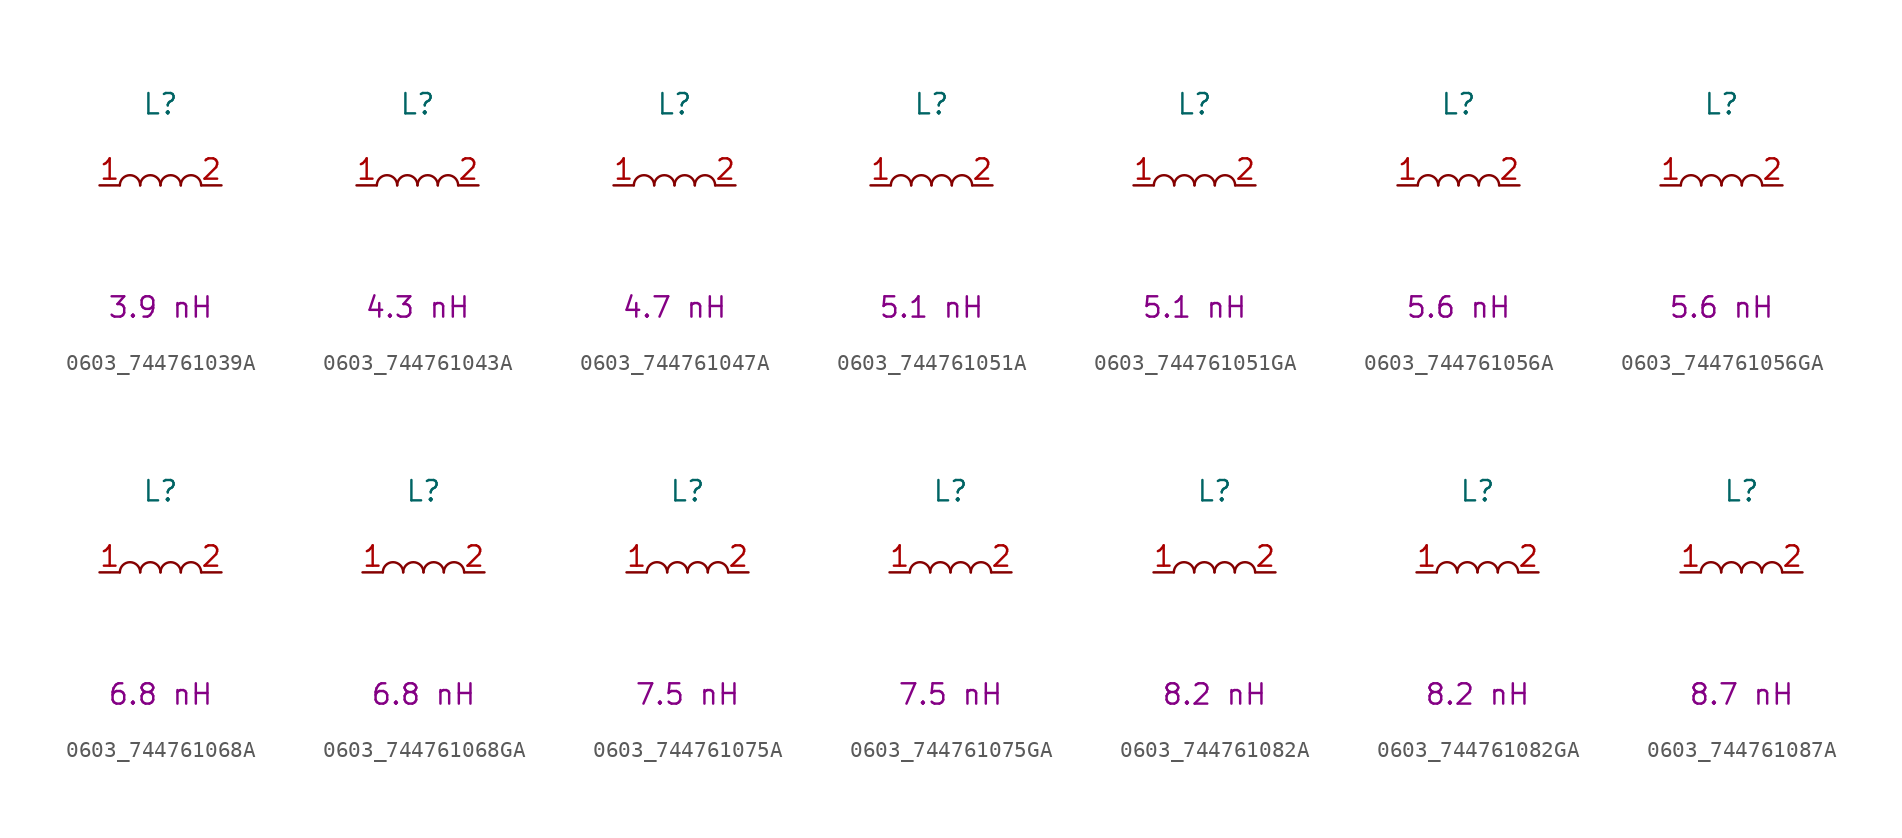
<source format=kicad_sym>
(kicad_symbol_lib
  (version 20220914)
  (generator kicad_symbol_editor)
  (symbol "0603_744761039A"
    (pin_names hide)
    (property "Reference" "L"
      (at 0 5.08 0)
      (effects (font (size 1.27 1.27))))
    (property "Critical Parameter" "3.9 nH"
      (at 0 -7.62 0)
      (effects (font (size 1.27 1.27))))
    (symbol "0603_744761039A_0_1"
      (arc (start -1.27 0) (mid -1.905 0.6323) (end -2.54 0) (stroke (width 0) (type default)) (fill (type none)))
      (arc (start 0 0) (mid -0.635 0.6323) (end -1.27 0) (stroke (width 0) (type default)) (fill (type none)))
      (arc (start 1.27 0) (mid 0.635 0.6323) (end 0 0) (stroke (width 0) (type default)) (fill (type none)))
      (arc (start 2.54 0) (mid 1.905 0.6323) (end 1.27 0) (stroke (width 0) (type default)) (fill (type none))))
    (symbol "0603_744761039A_1_1"
      (pin passive line (at -3.81 0 0) (length 1.27) (name "1" (effects (font (size 1.27 1.27)))) (number "1" (effects (font (size 1.27 1.27)))))
      (pin passive line (at 3.81 0 180) (length 1.27) (name "2" (effects (font (size 1.27 1.27)))) (number "2" (effects (font (size 1.27 1.27)))))))
  (symbol "0603_744761043A"
    (pin_names hide)
    (property "Reference" "L"
      (at 0 5.08 0)
      (effects (font (size 1.27 1.27))))
    (property "Critical Parameter" "4.3 nH"
      (at 0 -7.62 0)
      (effects (font (size 1.27 1.27))))
    (symbol "0603_744761043A_0_1"
      (arc (start -1.27 0) (mid -1.905 0.6323) (end -2.54 0) (stroke (width 0) (type default)) (fill (type none)))
      (arc (start 0 0) (mid -0.635 0.6323) (end -1.27 0) (stroke (width 0) (type default)) (fill (type none)))
      (arc (start 1.27 0) (mid 0.635 0.6323) (end 0 0) (stroke (width 0) (type default)) (fill (type none)))
      (arc (start 2.54 0) (mid 1.905 0.6323) (end 1.27 0) (stroke (width 0) (type default)) (fill (type none))))
    (symbol "0603_744761043A_1_1"
      (pin passive line (at -3.81 0 0) (length 1.27) (name "1" (effects (font (size 1.27 1.27)))) (number "1" (effects (font (size 1.27 1.27)))))
      (pin passive line (at 3.81 0 180) (length 1.27) (name "2" (effects (font (size 1.27 1.27)))) (number "2" (effects (font (size 1.27 1.27)))))))
  (symbol "0603_744761047A"
    (pin_names hide)
    (property "Reference" "L"
      (at 0 5.08 0)
      (effects (font (size 1.27 1.27))))
    (property "Critical Parameter" "4.7 nH"
      (at 0 -7.62 0)
      (effects (font (size 1.27 1.27))))
    (symbol "0603_744761047A_0_1"
      (arc (start -1.27 0) (mid -1.905 0.6323) (end -2.54 0) (stroke (width 0) (type default)) (fill (type none)))
      (arc (start 0 0) (mid -0.635 0.6323) (end -1.27 0) (stroke (width 0) (type default)) (fill (type none)))
      (arc (start 1.27 0) (mid 0.635 0.6323) (end 0 0) (stroke (width 0) (type default)) (fill (type none)))
      (arc (start 2.54 0) (mid 1.905 0.6323) (end 1.27 0) (stroke (width 0) (type default)) (fill (type none))))
    (symbol "0603_744761047A_1_1"
      (pin passive line (at -3.81 0 0) (length 1.27) (name "1" (effects (font (size 1.27 1.27)))) (number "1" (effects (font (size 1.27 1.27)))))
      (pin passive line (at 3.81 0 180) (length 1.27) (name "2" (effects (font (size 1.27 1.27)))) (number "2" (effects (font (size 1.27 1.27)))))))
  (symbol "0603_744761051A"
    (pin_names hide)
    (property "Reference" "L"
      (at 0 5.08 0)
      (effects (font (size 1.27 1.27))))
    (property "Critical Parameter" "5.1 nH"
      (at 0 -7.62 0)
      (effects (font (size 1.27 1.27))))
    (symbol "0603_744761051A_0_1"
      (arc (start -1.27 0) (mid -1.905 0.6323) (end -2.54 0) (stroke (width 0) (type default)) (fill (type none)))
      (arc (start 0 0) (mid -0.635 0.6323) (end -1.27 0) (stroke (width 0) (type default)) (fill (type none)))
      (arc (start 1.27 0) (mid 0.635 0.6323) (end 0 0) (stroke (width 0) (type default)) (fill (type none)))
      (arc (start 2.54 0) (mid 1.905 0.6323) (end 1.27 0) (stroke (width 0) (type default)) (fill (type none))))
    (symbol "0603_744761051A_1_1"
      (pin passive line (at -3.81 0 0) (length 1.27) (name "1" (effects (font (size 1.27 1.27)))) (number "1" (effects (font (size 1.27 1.27)))))
      (pin passive line (at 3.81 0 180) (length 1.27) (name "2" (effects (font (size 1.27 1.27)))) (number "2" (effects (font (size 1.27 1.27)))))))
  (symbol "0603_744761051GA"
    (pin_names hide)
    (property "Reference" "L"
      (at 0 5.08 0)
      (effects (font (size 1.27 1.27))))
    (property "Critical Parameter" "5.1 nH"
      (at 0 -7.62 0)
      (effects (font (size 1.27 1.27))))
    (symbol "0603_744761051GA_0_1"
      (arc (start -1.27 0) (mid -1.905 0.6323) (end -2.54 0) (stroke (width 0) (type default)) (fill (type none)))
      (arc (start 0 0) (mid -0.635 0.6323) (end -1.27 0) (stroke (width 0) (type default)) (fill (type none)))
      (arc (start 1.27 0) (mid 0.635 0.6323) (end 0 0) (stroke (width 0) (type default)) (fill (type none)))
      (arc (start 2.54 0) (mid 1.905 0.6323) (end 1.27 0) (stroke (width 0) (type default)) (fill (type none))))
    (symbol "0603_744761051GA_1_1"
      (pin passive line (at -3.81 0 0) (length 1.27) (name "1" (effects (font (size 1.27 1.27)))) (number "1" (effects (font (size 1.27 1.27)))))
      (pin passive line (at 3.81 0 180) (length 1.27) (name "2" (effects (font (size 1.27 1.27)))) (number "2" (effects (font (size 1.27 1.27)))))))
  (symbol "0603_744761056A"
    (pin_names hide)
    (property "Reference" "L"
      (at 0 5.08 0)
      (effects (font (size 1.27 1.27))))
    (property "Critical Parameter" "5.6 nH"
      (at 0 -7.62 0)
      (effects (font (size 1.27 1.27))))
    (symbol "0603_744761056A_0_1"
      (arc (start -1.27 0) (mid -1.905 0.6323) (end -2.54 0) (stroke (width 0) (type default)) (fill (type none)))
      (arc (start 0 0) (mid -0.635 0.6323) (end -1.27 0) (stroke (width 0) (type default)) (fill (type none)))
      (arc (start 1.27 0) (mid 0.635 0.6323) (end 0 0) (stroke (width 0) (type default)) (fill (type none)))
      (arc (start 2.54 0) (mid 1.905 0.6323) (end 1.27 0) (stroke (width 0) (type default)) (fill (type none))))
    (symbol "0603_744761056A_1_1"
      (pin passive line (at -3.81 0 0) (length 1.27) (name "1" (effects (font (size 1.27 1.27)))) (number "1" (effects (font (size 1.27 1.27)))))
      (pin passive line (at 3.81 0 180) (length 1.27) (name "2" (effects (font (size 1.27 1.27)))) (number "2" (effects (font (size 1.27 1.27)))))))
  (symbol "0603_744761056GA"
    (pin_names hide)
    (property "Reference" "L"
      (at 0 5.08 0)
      (effects (font (size 1.27 1.27))))
    (property "Critical Parameter" "5.6 nH"
      (at 0 -7.62 0)
      (effects (font (size 1.27 1.27))))
    (symbol "0603_744761056GA_0_1"
      (arc (start -1.27 0) (mid -1.905 0.6323) (end -2.54 0) (stroke (width 0) (type default)) (fill (type none)))
      (arc (start 0 0) (mid -0.635 0.6323) (end -1.27 0) (stroke (width 0) (type default)) (fill (type none)))
      (arc (start 1.27 0) (mid 0.635 0.6323) (end 0 0) (stroke (width 0) (type default)) (fill (type none)))
      (arc (start 2.54 0) (mid 1.905 0.6323) (end 1.27 0) (stroke (width 0) (type default)) (fill (type none))))
    (symbol "0603_744761056GA_1_1"
      (pin passive line (at -3.81 0 0) (length 1.27) (name "1" (effects (font (size 1.27 1.27)))) (number "1" (effects (font (size 1.27 1.27)))))
      (pin passive line (at 3.81 0 180) (length 1.27) (name "2" (effects (font (size 1.27 1.27)))) (number "2" (effects (font (size 1.27 1.27)))))))
  (symbol "0603_744761068A"
    (pin_names hide)
    (property "Reference" "L"
      (at 0 5.08 0)
      (effects (font (size 1.27 1.27))))
    (property "Critical Parameter" "6.8 nH"
      (at 0 -7.62 0)
      (effects (font (size 1.27 1.27))))
    (symbol "0603_744761068A_0_1"
      (arc (start -1.27 0) (mid -1.905 0.6323) (end -2.54 0) (stroke (width 0) (type default)) (fill (type none)))
      (arc (start 0 0) (mid -0.635 0.6323) (end -1.27 0) (stroke (width 0) (type default)) (fill (type none)))
      (arc (start 1.27 0) (mid 0.635 0.6323) (end 0 0) (stroke (width 0) (type default)) (fill (type none)))
      (arc (start 2.54 0) (mid 1.905 0.6323) (end 1.27 0) (stroke (width 0) (type default)) (fill (type none))))
    (symbol "0603_744761068A_1_1"
      (pin passive line (at -3.81 0 0) (length 1.27) (name "1" (effects (font (size 1.27 1.27)))) (number "1" (effects (font (size 1.27 1.27)))))
      (pin passive line (at 3.81 0 180) (length 1.27) (name "2" (effects (font (size 1.27 1.27)))) (number "2" (effects (font (size 1.27 1.27)))))))
  (symbol "0603_744761068GA"
    (pin_names hide)
    (property "Reference" "L"
      (at 0 5.08 0)
      (effects (font (size 1.27 1.27))))
    (property "Critical Parameter" "6.8 nH"
      (at 0 -7.62 0)
      (effects (font (size 1.27 1.27))))
    (symbol "0603_744761068GA_0_1"
      (arc (start -1.27 0) (mid -1.905 0.6323) (end -2.54 0) (stroke (width 0) (type default)) (fill (type none)))
      (arc (start 0 0) (mid -0.635 0.6323) (end -1.27 0) (stroke (width 0) (type default)) (fill (type none)))
      (arc (start 1.27 0) (mid 0.635 0.6323) (end 0 0) (stroke (width 0) (type default)) (fill (type none)))
      (arc (start 2.54 0) (mid 1.905 0.6323) (end 1.27 0) (stroke (width 0) (type default)) (fill (type none))))
    (symbol "0603_744761068GA_1_1"
      (pin passive line (at -3.81 0 0) (length 1.27) (name "1" (effects (font (size 1.27 1.27)))) (number "1" (effects (font (size 1.27 1.27)))))
      (pin passive line (at 3.81 0 180) (length 1.27) (name "2" (effects (font (size 1.27 1.27)))) (number "2" (effects (font (size 1.27 1.27)))))))
  (symbol "0603_744761075A"
    (pin_names hide)
    (property "Reference" "L"
      (at 0 5.08 0)
      (effects (font (size 1.27 1.27))))
    (property "Critical Parameter" "7.5 nH"
      (at 0 -7.62 0)
      (effects (font (size 1.27 1.27))))
    (symbol "0603_744761075A_0_1"
      (arc (start -1.27 0) (mid -1.905 0.6323) (end -2.54 0) (stroke (width 0) (type default)) (fill (type none)))
      (arc (start 0 0) (mid -0.635 0.6323) (end -1.27 0) (stroke (width 0) (type default)) (fill (type none)))
      (arc (start 1.27 0) (mid 0.635 0.6323) (end 0 0) (stroke (width 0) (type default)) (fill (type none)))
      (arc (start 2.54 0) (mid 1.905 0.6323) (end 1.27 0) (stroke (width 0) (type default)) (fill (type none))))
    (symbol "0603_744761075A_1_1"
      (pin passive line (at -3.81 0 0) (length 1.27) (name "1" (effects (font (size 1.27 1.27)))) (number "1" (effects (font (size 1.27 1.27)))))
      (pin passive line (at 3.81 0 180) (length 1.27) (name "2" (effects (font (size 1.27 1.27)))) (number "2" (effects (font (size 1.27 1.27)))))))
  (symbol "0603_744761075GA"
    (pin_names hide)
    (property "Reference" "L"
      (at 0 5.08 0)
      (effects (font (size 1.27 1.27))))
    (property "Critical Parameter" "7.5 nH"
      (at 0 -7.62 0)
      (effects (font (size 1.27 1.27))))
    (symbol "0603_744761075GA_0_1"
      (arc (start -1.27 0) (mid -1.905 0.6323) (end -2.54 0) (stroke (width 0) (type default)) (fill (type none)))
      (arc (start 0 0) (mid -0.635 0.6323) (end -1.27 0) (stroke (width 0) (type default)) (fill (type none)))
      (arc (start 1.27 0) (mid 0.635 0.6323) (end 0 0) (stroke (width 0) (type default)) (fill (type none)))
      (arc (start 2.54 0) (mid 1.905 0.6323) (end 1.27 0) (stroke (width 0) (type default)) (fill (type none))))
    (symbol "0603_744761075GA_1_1"
      (pin passive line (at -3.81 0 0) (length 1.27) (name "1" (effects (font (size 1.27 1.27)))) (number "1" (effects (font (size 1.27 1.27)))))
      (pin passive line (at 3.81 0 180) (length 1.27) (name "2" (effects (font (size 1.27 1.27)))) (number "2" (effects (font (size 1.27 1.27)))))))
  (symbol "0603_744761082A"
    (pin_names hide)
    (property "Reference" "L"
      (at 0 5.08 0)
      (effects (font (size 1.27 1.27))))
    (property "Critical Parameter" "8.2 nH"
      (at 0 -7.62 0)
      (effects (font (size 1.27 1.27))))
    (symbol "0603_744761082A_0_1"
      (arc (start -1.27 0) (mid -1.905 0.6323) (end -2.54 0) (stroke (width 0) (type default)) (fill (type none)))
      (arc (start 0 0) (mid -0.635 0.6323) (end -1.27 0) (stroke (width 0) (type default)) (fill (type none)))
      (arc (start 1.27 0) (mid 0.635 0.6323) (end 0 0) (stroke (width 0) (type default)) (fill (type none)))
      (arc (start 2.54 0) (mid 1.905 0.6323) (end 1.27 0) (stroke (width 0) (type default)) (fill (type none))))
    (symbol "0603_744761082A_1_1"
      (pin passive line (at -3.81 0 0) (length 1.27) (name "1" (effects (font (size 1.27 1.27)))) (number "1" (effects (font (size 1.27 1.27)))))
      (pin passive line (at 3.81 0 180) (length 1.27) (name "2" (effects (font (size 1.27 1.27)))) (number "2" (effects (font (size 1.27 1.27)))))))
  (symbol "0603_744761082GA"
    (pin_names hide)
    (property "Reference" "L"
      (at 0 5.08 0)
      (effects (font (size 1.27 1.27))))
    (property "Critical Parameter" "8.2 nH"
      (at 0 -7.62 0)
      (effects (font (size 1.27 1.27))))
    (symbol "0603_744761082GA_0_1"
      (arc (start -1.27 0) (mid -1.905 0.6323) (end -2.54 0) (stroke (width 0) (type default)) (fill (type none)))
      (arc (start 0 0) (mid -0.635 0.6323) (end -1.27 0) (stroke (width 0) (type default)) (fill (type none)))
      (arc (start 1.27 0) (mid 0.635 0.6323) (end 0 0) (stroke (width 0) (type default)) (fill (type none)))
      (arc (start 2.54 0) (mid 1.905 0.6323) (end 1.27 0) (stroke (width 0) (type default)) (fill (type none))))
    (symbol "0603_744761082GA_1_1"
      (pin passive line (at -3.81 0 0) (length 1.27) (name "1" (effects (font (size 1.27 1.27)))) (number "1" (effects (font (size 1.27 1.27)))))
      (pin passive line (at 3.81 0 180) (length 1.27) (name "2" (effects (font (size 1.27 1.27)))) (number "2" (effects (font (size 1.27 1.27)))))))
  (symbol "0603_744761087A"
    (pin_names hide)
    (property "Reference" "L"
      (at 0 5.08 0)
      (effects (font (size 1.27 1.27))))
    (property "Critical Parameter" "8.7 nH"
      (at 0 -7.62 0)
      (effects (font (size 1.27 1.27))))
    (symbol "0603_744761087A_0_1"
      (arc (start -1.27 0) (mid -1.905 0.6323) (end -2.54 0) (stroke (width 0) (type default)) (fill (type none)))
      (arc (start 0 0) (mid -0.635 0.6323) (end -1.27 0) (stroke (width 0) (type default)) (fill (type none)))
      (arc (start 1.27 0) (mid 0.635 0.6323) (end 0 0) (stroke (width 0) (type default)) (fill (type none)))
      (arc (start 2.54 0) (mid 1.905 0.6323) (end 1.27 0) (stroke (width 0) (type default)) (fill (type none))))
    (symbol "0603_744761087A_1_1"
      (pin passive line (at -3.81 0 0) (length 1.27) (name "1" (effects (font (size 1.27 1.27)))) (number "1" (effects (font (size 1.27 1.27)))))
      (pin passive line (at 3.81 0 180) (length 1.27) (name "2" (effects (font (size 1.27 1.27)))) (number "2" (effects (font (size 1.27 1.27))))))))
</source>
